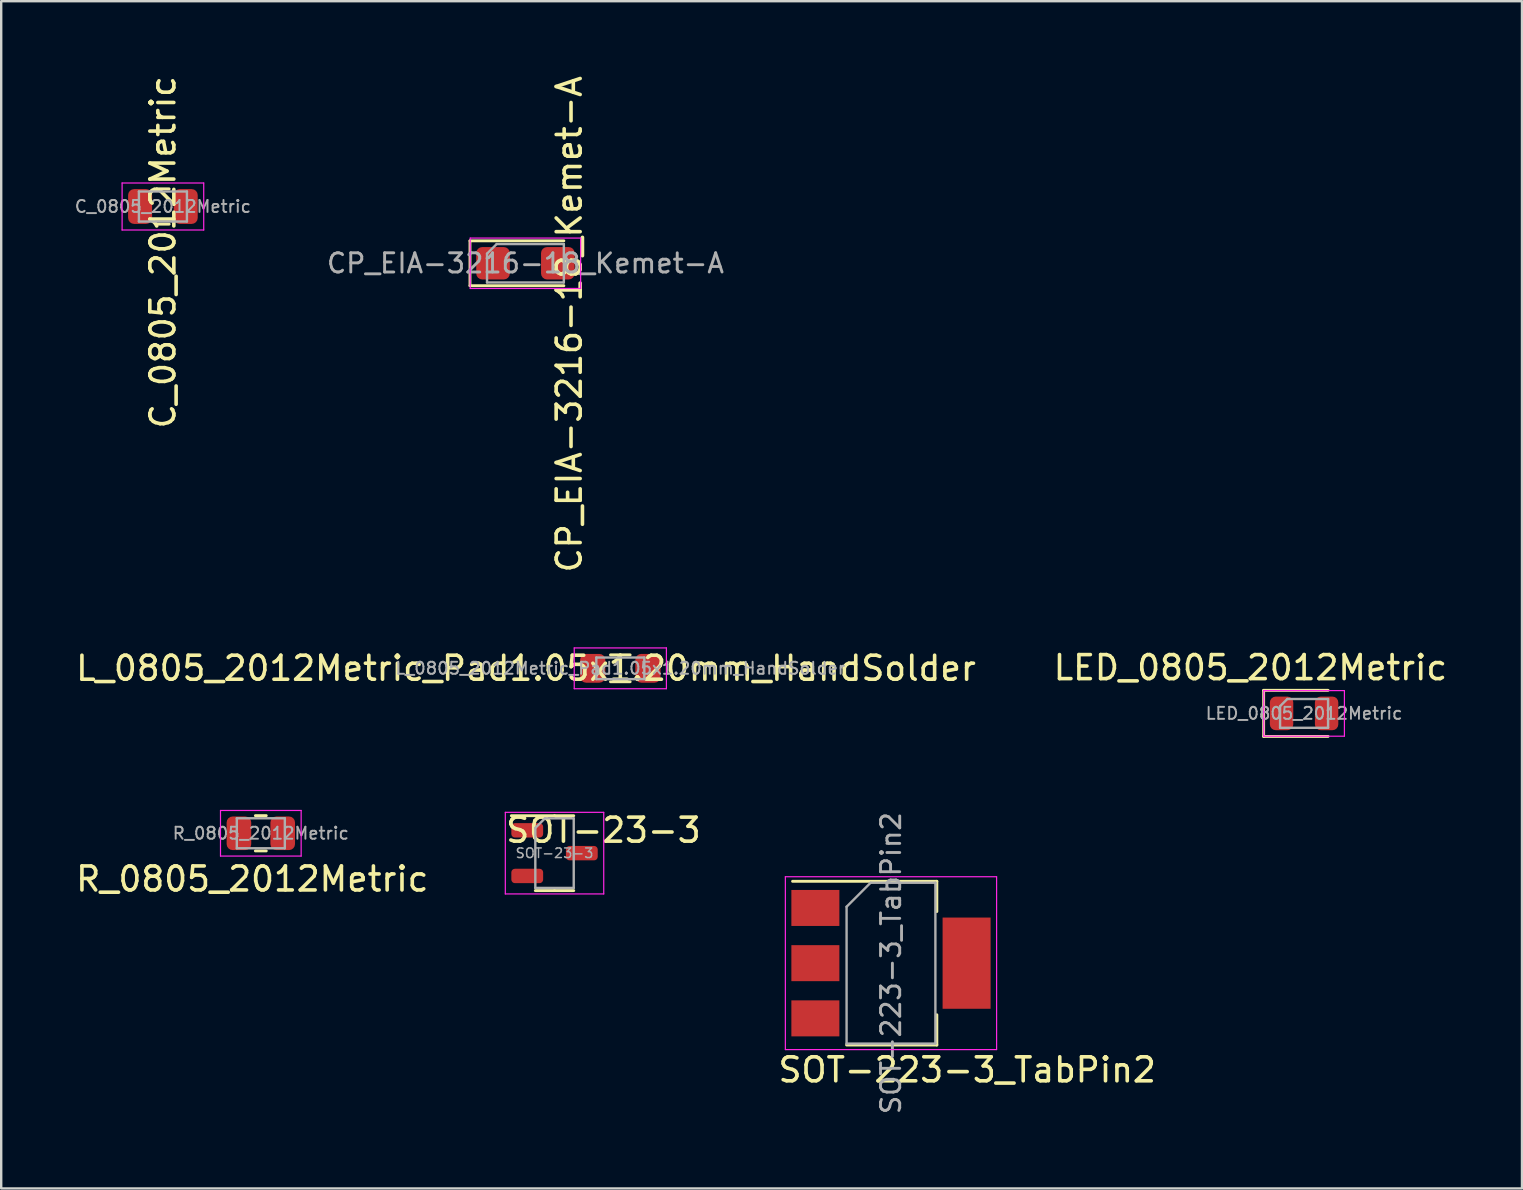
<source format=kicad_pcb>
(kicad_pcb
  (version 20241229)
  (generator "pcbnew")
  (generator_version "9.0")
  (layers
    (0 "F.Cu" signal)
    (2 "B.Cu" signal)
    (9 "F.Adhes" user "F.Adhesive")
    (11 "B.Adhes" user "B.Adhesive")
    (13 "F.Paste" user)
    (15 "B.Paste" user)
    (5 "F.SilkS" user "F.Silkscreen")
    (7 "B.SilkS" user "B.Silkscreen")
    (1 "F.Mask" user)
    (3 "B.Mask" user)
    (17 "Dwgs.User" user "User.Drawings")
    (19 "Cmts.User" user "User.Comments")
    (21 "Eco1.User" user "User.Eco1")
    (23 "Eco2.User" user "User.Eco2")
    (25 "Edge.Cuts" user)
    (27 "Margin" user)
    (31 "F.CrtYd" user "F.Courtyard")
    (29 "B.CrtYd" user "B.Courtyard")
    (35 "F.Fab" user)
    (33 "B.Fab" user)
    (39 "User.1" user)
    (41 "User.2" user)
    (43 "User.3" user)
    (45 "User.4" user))
  (footprint "L_0805_2012Metric_Pad1.05x1.20mm_HandSolder"
    (layer "F.Cu")
    (at 22.793 24.792)
    (property "Reference" "L_0805_2012Metric_Pad1.05x1.20mm_HandSolder" (at -3.93 0 0) (layer "F.SilkS") (effects (font (size 1 1) (thickness 0.15))))
    (attr smd)
    (fp_line (start -0.41 -0.56) (end 0.41 -0.56) (stroke (width 0.12) (type solid)) (layer "F.SilkS"))
    (fp_line (start -0.41 0.56) (end 0.41 0.56) (stroke (width 0.12) (type solid)) (layer "F.SilkS"))
    (fp_line (start -1.92 -0.85) (end 1.92 -0.85) (stroke (width 0.05) (type solid)) (layer "F.CrtYd"))
    (fp_line (start -1.92 0.85) (end -1.92 -0.85) (stroke (width 0.05) (type solid)) (layer "F.CrtYd"))
    (fp_line (start 1.92 -0.85) (end 1.92 0.85) (stroke (width 0.05) (type solid)) (layer "F.CrtYd"))
    (fp_line (start 1.92 0.85) (end -1.92 0.85) (stroke (width 0.05) (type solid)) (layer "F.CrtYd"))
    (fp_line (start -1 -0.45) (end 1 -0.45) (stroke (width 0.1) (type solid)) (layer "F.Fab"))
    (fp_line (start -1 0.45) (end -1 -0.45) (stroke (width 0.1) (type solid)) (layer "F.Fab"))
    (fp_line (start 1 -0.45) (end 1 0.45) (stroke (width 0.1) (type solid)) (layer "F.Fab"))
    (fp_line (start 1 0.45) (end -1 0.45) (stroke (width 0.1) (type solid)) (layer "F.Fab"))
    (fp_text user "${REFERENCE}" (at 0 0 0) (layer "F.Fab") (effects (font (size 0.5 0.5) (thickness 0.08))))
    (pad "1" smd roundrect (at -1.15 0) (size 1.05 1.2) (layers "F.Cu" "F.Mask" "F.Paste") (roundrect_rratio 0.238))
    (pad "2" smd roundrect (at 1.15 0) (size 1.05 1.2) (layers "F.Cu" "F.Mask" "F.Paste") (roundrect_rratio 0.238)))
  (footprint "SOT-223-3_TabPin2"
    (layer "F.Cu")
    (at 34.069 37.076)
    (property "Reference" "SOT-223-3_TabPin2" (at 3.175 4.445 0) (layer "F.SilkS") (effects (font (size 1 1) (thickness 0.15))))
    (attr smd)
    (fp_line (start -4.1 -3.41) (end 1.91 -3.41) (stroke (width 0.12) (type solid)) (layer "F.SilkS"))
    (fp_line (start -1.85 3.41) (end 1.91 3.41) (stroke (width 0.12) (type solid)) (layer "F.SilkS"))
    (fp_line (start 1.91 -3.41) (end 1.91 -2.15) (stroke (width 0.12) (type solid)) (layer "F.SilkS"))
    (fp_line (start 1.91 3.41) (end 1.91 2.15) (stroke (width 0.12) (type solid)) (layer "F.SilkS"))
    (fp_line (start -4.4 -3.6) (end -4.4 3.6) (stroke (width 0.05) (type solid)) (layer "F.CrtYd"))
    (fp_line (start -4.4 3.6) (end 4.4 3.6) (stroke (width 0.05) (type solid)) (layer "F.CrtYd"))
    (fp_line (start 4.4 -3.6) (end -4.4 -3.6) (stroke (width 0.05) (type solid)) (layer "F.CrtYd"))
    (fp_line (start 4.4 3.6) (end 4.4 -3.6) (stroke (width 0.05) (type solid)) (layer "F.CrtYd"))
    (fp_line (start -1.85 -2.35) (end -1.85 3.35) (stroke (width 0.1) (type solid)) (layer "F.Fab"))
    (fp_line (start -1.85 -2.35) (end -0.85 -3.35) (stroke (width 0.1) (type solid)) (layer "F.Fab"))
    (fp_line (start -1.85 3.35) (end 1.85 3.35) (stroke (width 0.1) (type solid)) (layer "F.Fab"))
    (fp_line (start -0.85 -3.35) (end 1.85 -3.35) (stroke (width 0.1) (type solid)) (layer "F.Fab"))
    (fp_line (start 1.85 -3.35) (end 1.85 3.35) (stroke (width 0.1) (type solid)) (layer "F.Fab"))
    (fp_text user "${REFERENCE}" (at 0 0 90) (layer "F.Fab") (effects (font (size 0.8 0.8) (thickness 0.12))))
    (pad "1" smd rect (at -3.15 -2.3) (size 2 1.5) (layers "F.Cu" "F.Mask" "F.Paste"))
    (pad "2" smd rect (at -3.15 0) (size 2 1.5) (layers "F.Cu" "F.Mask" "F.Paste"))
    (pad "2" smd rect (at 3.15 0) (size 2 3.8) (layers "F.Cu" "F.Mask" "F.Paste"))
    (pad "3" smd rect (at -3.15 2.3) (size 2 1.5) (layers "F.Cu" "F.Mask" "F.Paste")))
  (footprint "C_0805_2012Metric"
    (layer "F.Cu")
    (at 3.737 5.553)
    (property "Reference" "C_0805_2012Metric" (at 0 1.905 90) (layer "F.SilkS") (effects (font (size 1 1) (thickness 0.15))))
    (attr smd)
    (fp_line (start -0.261 -0.735) (end 0.261 -0.735) (stroke (width 0.12) (type solid)) (layer "F.SilkS"))
    (fp_line (start -0.261 0.735) (end 0.261 0.735) (stroke (width 0.12) (type solid)) (layer "F.SilkS"))
    (fp_line (start -1.7 -0.98) (end 1.7 -0.98) (stroke (width 0.05) (type solid)) (layer "F.CrtYd"))
    (fp_line (start -1.7 0.98) (end -1.7 -0.98) (stroke (width 0.05) (type solid)) (layer "F.CrtYd"))
    (fp_line (start 1.7 -0.98) (end 1.7 0.98) (stroke (width 0.05) (type solid)) (layer "F.CrtYd"))
    (fp_line (start 1.7 0.98) (end -1.7 0.98) (stroke (width 0.05) (type solid)) (layer "F.CrtYd"))
    (fp_line (start -1 -0.625) (end 1 -0.625) (stroke (width 0.1) (type solid)) (layer "F.Fab"))
    (fp_line (start -1 0.625) (end -1 -0.625) (stroke (width 0.1) (type solid)) (layer "F.Fab"))
    (fp_line (start 1 -0.625) (end 1 0.625) (stroke (width 0.1) (type solid)) (layer "F.Fab"))
    (fp_line (start 1 0.625) (end -1 0.625) (stroke (width 0.1) (type solid)) (layer "F.Fab"))
    (fp_text user "${REFERENCE}" (at 0 0 180) (layer "F.Fab") (effects (font (size 0.5 0.5) (thickness 0.08))))
    (pad "1" smd roundrect (at -0.95 0) (size 1 1.45) (layers "F.Cu" "F.Mask" "F.Paste") (roundrect_rratio 0.25))
    (pad "2" smd roundrect (at 0.95 0) (size 1 1.45) (layers "F.Cu" "F.Mask" "F.Paste") (roundrect_rratio 0.25)))
  (footprint "CP_EIA-3216-18_Kemet-A"
    (layer "F.Cu")
    (at 18.84 7.918)
    (property "Reference" "CP_EIA-3216-18_Kemet-A" (at 1.825 2.54 270) (layer "F.SilkS") (effects (font (size 1 1) (thickness 0.15))))
    (attr smd)
    (fp_line (start -2.31 -0.935) (end -2.31 0.935) (stroke (width 0.12) (type solid)) (layer "F.SilkS"))
    (fp_line (start -2.31 0.935) (end 1.6 0.935) (stroke (width 0.12) (type solid)) (layer "F.SilkS"))
    (fp_line (start 1.6 -0.935) (end -2.31 -0.935) (stroke (width 0.12) (type solid)) (layer "F.SilkS"))
    (fp_line (start -2.3 -1.05) (end 2.3 -1.05) (stroke (width 0.05) (type solid)) (layer "F.CrtYd"))
    (fp_line (start -2.3 1.05) (end -2.3 -1.05) (stroke (width 0.05) (type solid)) (layer "F.CrtYd"))
    (fp_line (start 2.3 -1.05) (end 2.3 1.05) (stroke (width 0.05) (type solid)) (layer "F.CrtYd"))
    (fp_line (start 2.3 1.05) (end -2.3 1.05) (stroke (width 0.05) (type solid)) (layer "F.CrtYd"))
    (fp_line (start -1.6 -0.4) (end -1.6 0.8) (stroke (width 0.1) (type solid)) (layer "F.Fab"))
    (fp_line (start -1.6 0.8) (end 1.6 0.8) (stroke (width 0.1) (type solid)) (layer "F.Fab"))
    (fp_line (start -1.2 -0.8) (end -1.6 -0.4) (stroke (width 0.1) (type solid)) (layer "F.Fab"))
    (fp_line (start 1.6 -0.8) (end -1.2 -0.8) (stroke (width 0.1) (type solid)) (layer "F.Fab"))
    (fp_line (start 1.6 0.8) (end 1.6 -0.8) (stroke (width 0.1) (type solid)) (layer "F.Fab"))
    (fp_text user "${REFERENCE}" (at 0 0 0) (layer "F.Fab") (effects (font (size 0.8 0.8) (thickness 0.12))))
    (pad "1" smd roundrect (at -1.35 0) (size 1.4 1.35) (layers "F.Cu" "F.Mask" "F.Paste") (roundrect_rratio 0.185))
    (pad "2" smd roundrect (at 1.35 0) (size 1.4 1.35) (layers "F.Cu" "F.Mask" "F.Paste") (roundrect_rratio 0.185)))
  (footprint "R_0805_2012Metric"
    (layer "F.Cu")
    (at 7.816 31.665)
    (property "Reference" "R_0805_2012Metric" (at -0.357 1.905 180) (layer "F.SilkS") (effects (font (size 1 1) (thickness 0.15))))
    (attr smd)
    (fp_line (start -0.227 -0.735) (end 0.227 -0.735) (stroke (width 0.12) (type solid)) (layer "F.SilkS"))
    (fp_line (start -0.227 0.735) (end 0.227 0.735) (stroke (width 0.12) (type solid)) (layer "F.SilkS"))
    (fp_line (start -1.68 -0.95) (end 1.68 -0.95) (stroke (width 0.05) (type solid)) (layer "F.CrtYd"))
    (fp_line (start -1.68 0.95) (end -1.68 -0.95) (stroke (width 0.05) (type solid)) (layer "F.CrtYd"))
    (fp_line (start 1.68 -0.95) (end 1.68 0.95) (stroke (width 0.05) (type solid)) (layer "F.CrtYd"))
    (fp_line (start 1.68 0.95) (end -1.68 0.95) (stroke (width 0.05) (type solid)) (layer "F.CrtYd"))
    (fp_line (start -1 -0.625) (end 1 -0.625) (stroke (width 0.1) (type solid)) (layer "F.Fab"))
    (fp_line (start -1 0.625) (end -1 -0.625) (stroke (width 0.1) (type solid)) (layer "F.Fab"))
    (fp_line (start 1 -0.625) (end 1 0.625) (stroke (width 0.1) (type solid)) (layer "F.Fab"))
    (fp_line (start 1 0.625) (end -1 0.625) (stroke (width 0.1) (type solid)) (layer "F.Fab"))
    (fp_text user "${REFERENCE}" (at 0 0 180) (layer "F.Fab") (effects (font (size 0.5 0.5) (thickness 0.08))))
    (pad "1" smd roundrect (at -0.912 0) (size 1.025 1.4) (layers "F.Cu" "F.Mask" "F.Paste") (roundrect_rratio 0.244))
    (pad "2" smd roundrect (at 0.912 0) (size 1.025 1.4) (layers "F.Cu" "F.Mask" "F.Paste") (roundrect_rratio 0.244)))
  (footprint "LED_0805_2012Metric"
    (layer "F.Cu")
    (at 51.279 26.67)
    (property "Reference" "LED_0805_2012Metric" (at -2.237 -1.905 0) (layer "F.SilkS") (effects (font (size 1 1) (thickness 0.15))))
    (attr smd)
    (fp_line (start -1.685 -0.96) (end -1.685 0.96) (stroke (width 0.12) (type solid)) (layer "F.SilkS"))
    (fp_line (start -1.685 0.96) (end 1 0.96) (stroke (width 0.12) (type solid)) (layer "F.SilkS"))
    (fp_line (start 1 -0.96) (end -1.685 -0.96) (stroke (width 0.12) (type solid)) (layer "F.SilkS"))
    (fp_line (start -1.68 -0.95) (end 1.68 -0.95) (stroke (width 0.05) (type solid)) (layer "F.CrtYd"))
    (fp_line (start -1.68 0.95) (end -1.68 -0.95) (stroke (width 0.05) (type solid)) (layer "F.CrtYd"))
    (fp_line (start 1.68 -0.95) (end 1.68 0.95) (stroke (width 0.05) (type solid)) (layer "F.CrtYd"))
    (fp_line (start 1.68 0.95) (end -1.68 0.95) (stroke (width 0.05) (type solid)) (layer "F.CrtYd"))
    (fp_line (start -1 -0.3) (end -1 0.6) (stroke (width 0.1) (type solid)) (layer "F.Fab"))
    (fp_line (start -1 0.6) (end 1 0.6) (stroke (width 0.1) (type solid)) (layer "F.Fab"))
    (fp_line (start -0.7 -0.6) (end -1 -0.3) (stroke (width 0.1) (type solid)) (layer "F.Fab"))
    (fp_line (start 1 -0.6) (end -0.7 -0.6) (stroke (width 0.1) (type solid)) (layer "F.Fab"))
    (fp_line (start 1 0.6) (end 1 -0.6) (stroke (width 0.1) (type solid)) (layer "F.Fab"))
    (fp_text user "${REFERENCE}" (at 0 0 0) (layer "F.Fab") (effects (font (size 0.5 0.5) (thickness 0.08))))
    (pad "1" smd roundrect (at -0.938 0) (size 0.975 1.4) (layers "F.Cu" "F.Mask" "F.Paste") (roundrect_rratio 0.25))
    (pad "2" smd roundrect (at 0.938 0) (size 0.975 1.4) (layers "F.Cu" "F.Mask" "F.Paste") (roundrect_rratio 0.25)))
  (footprint "SOT-23-3"
    (layer "F.Cu")
    (at 20.052 32.493)
    (property "Reference" "SOT-23-3" (at 2.038 -0.955 0) (layer "F.SilkS") (effects (font (size 1 1) (thickness 0.15))))
    (attr smd)
    (fp_line (start 0 -1.56) (end -1.8 -1.56) (stroke (width 0.12) (type solid)) (layer "F.SilkS"))
    (fp_line (start 0 -1.56) (end 0.8 -1.56) (stroke (width 0.12) (type solid)) (layer "F.SilkS"))
    (fp_line (start 0 1.56) (end -0.8 1.56) (stroke (width 0.12) (type solid)) (layer "F.SilkS"))
    (fp_line (start 0 1.56) (end 0.8 1.56) (stroke (width 0.12) (type solid)) (layer "F.SilkS"))
    (fp_line (start -2.05 -1.7) (end -2.05 1.7) (stroke (width 0.05) (type solid)) (layer "F.CrtYd"))
    (fp_line (start -2.05 1.7) (end 2.05 1.7) (stroke (width 0.05) (type solid)) (layer "F.CrtYd"))
    (fp_line (start 2.05 -1.7) (end -2.05 -1.7) (stroke (width 0.05) (type solid)) (layer "F.CrtYd"))
    (fp_line (start 2.05 1.7) (end 2.05 -1.7) (stroke (width 0.05) (type solid)) (layer "F.CrtYd"))
    (fp_line (start -0.8 -1.05) (end -0.4 -1.45) (stroke (width 0.1) (type solid)) (layer "F.Fab"))
    (fp_line (start -0.8 1.45) (end -0.8 -1.05) (stroke (width 0.1) (type solid)) (layer "F.Fab"))
    (fp_line (start -0.4 -1.45) (end 0.8 -1.45) (stroke (width 0.1) (type solid)) (layer "F.Fab"))
    (fp_line (start 0.8 -1.45) (end 0.8 1.45) (stroke (width 0.1) (type solid)) (layer "F.Fab"))
    (fp_line (start 0.8 1.45) (end -0.8 1.45) (stroke (width 0.1) (type solid)) (layer "F.Fab"))
    (fp_text user "${REFERENCE}" (at 0 0 0) (layer "F.Fab") (effects (font (size 0.4 0.4) (thickness 0.06))))
    (pad "1" smd roundrect (at -1.137 -0.95) (size 1.325 0.6) (layers "F.Cu" "F.Mask" "F.Paste") (roundrect_rratio 0.25))
    (pad "2" smd roundrect (at -1.137 0.95) (size 1.325 0.6) (layers "F.Cu" "F.Mask" "F.Paste") (roundrect_rratio 0.25))
    (pad "3" smd roundrect (at 1.137 0) (size 1.325 0.6) (layers "F.Cu" "F.Mask" "F.Paste") (roundrect_rratio 0.25)))
  (gr_rect
    (start -3 -3)
    (end 60.357 46.461)
    (stroke (width 0.1) (type default))
    (fill no)
    (layer "Edge.Cuts")))
</source>
